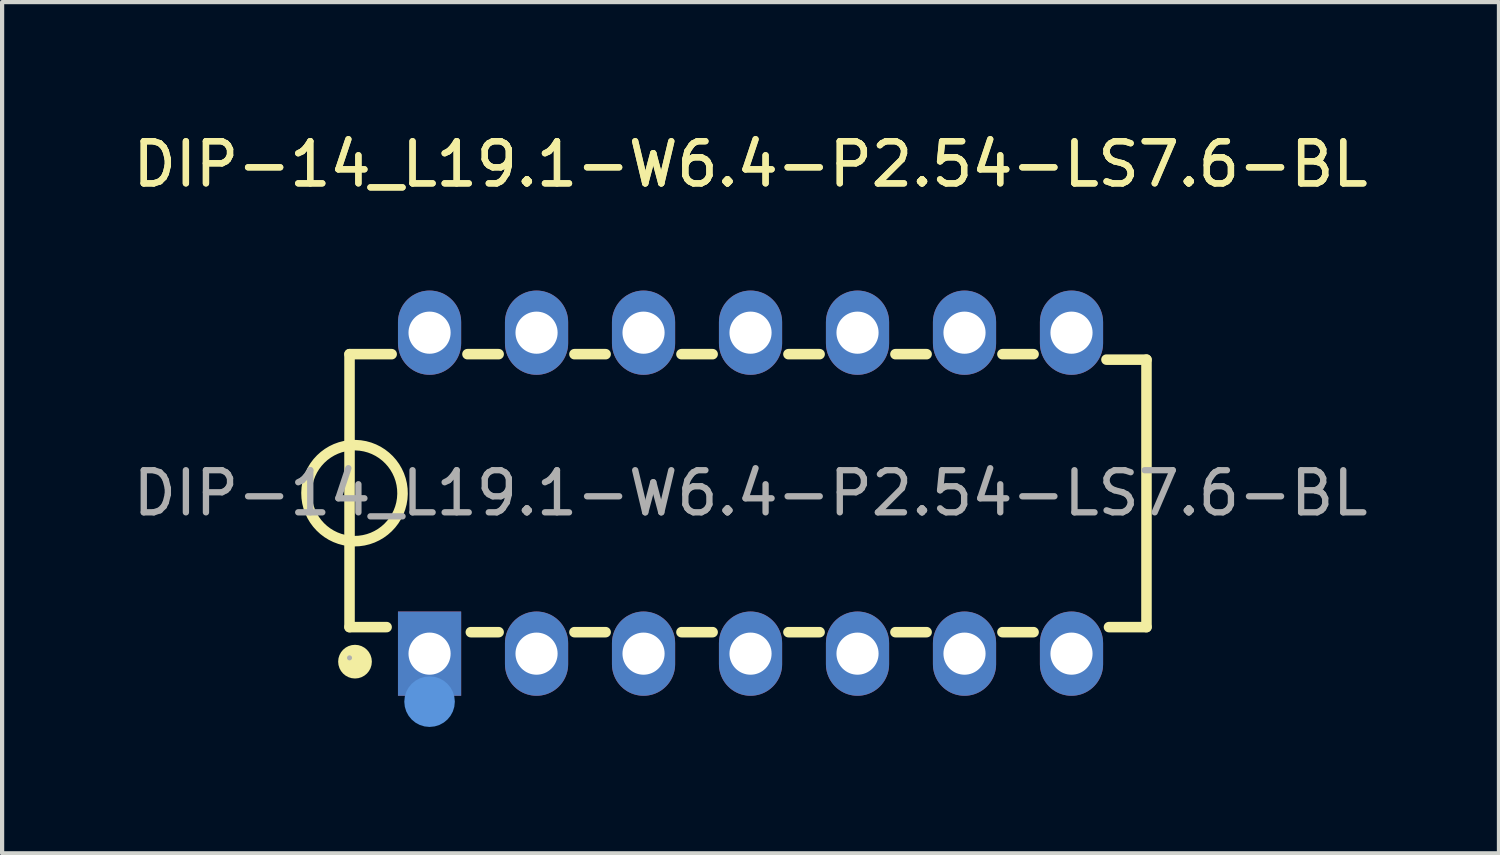
<source format=kicad_pcb>
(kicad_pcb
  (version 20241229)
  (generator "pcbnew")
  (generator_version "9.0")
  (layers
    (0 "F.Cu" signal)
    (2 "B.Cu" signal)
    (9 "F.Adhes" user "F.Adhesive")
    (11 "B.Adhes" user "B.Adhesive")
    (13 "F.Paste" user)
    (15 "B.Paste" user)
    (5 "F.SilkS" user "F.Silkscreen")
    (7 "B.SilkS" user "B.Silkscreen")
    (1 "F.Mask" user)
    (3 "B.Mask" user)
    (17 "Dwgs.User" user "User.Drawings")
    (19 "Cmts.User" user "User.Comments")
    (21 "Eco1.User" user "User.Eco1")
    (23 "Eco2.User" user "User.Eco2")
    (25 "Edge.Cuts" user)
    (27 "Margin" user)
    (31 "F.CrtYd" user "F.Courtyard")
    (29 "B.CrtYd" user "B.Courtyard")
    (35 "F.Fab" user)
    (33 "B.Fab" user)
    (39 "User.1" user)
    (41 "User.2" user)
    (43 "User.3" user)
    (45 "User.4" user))
  (footprint "DIP-14_L19.1-W6.4-P2.54-LS7.6-BL"
    (layer "F.Cu")
    (at 14.768 8.658)
    (property "Reference" "DIP-14_L19.1-W6.4-P2.54-LS7.6-BL" (at 0 -7.81 0) (layer "F.SilkS") (effects (font (size 1 1) (thickness 0.15))))
    (attr smd)
    (fp_line (start -9.52 -3.3) (end -9.52 3.18) (stroke (width 0.25) (type solid)) (layer "F.SilkS"))
    (fp_line (start -9.52 3.18) (end -8.64 3.18) (stroke (width 0.25) (type solid)) (layer "F.SilkS"))
    (fp_line (start -8.52 -3.3) (end -9.52 -3.3) (stroke (width 0.25) (type solid)) (layer "F.SilkS"))
    (fp_line (start -6.72 -3.3) (end -5.98 -3.3) (stroke (width 0.25) (type solid)) (layer "F.SilkS"))
    (fp_line (start -5.98 3.3) (end -6.64 3.3) (stroke (width 0.25) (type solid)) (layer "F.SilkS"))
    (fp_line (start -4.18 -3.3) (end -3.44 -3.3) (stroke (width 0.25) (type solid)) (layer "F.SilkS"))
    (fp_line (start -3.44 3.3) (end -4.18 3.3) (stroke (width 0.25) (type solid)) (layer "F.SilkS"))
    (fp_line (start -1.64 -3.3) (end -0.9 -3.3) (stroke (width 0.25) (type solid)) (layer "F.SilkS"))
    (fp_line (start -0.9 3.3) (end -1.64 3.3) (stroke (width 0.25) (type solid)) (layer "F.SilkS"))
    (fp_line (start 0.9 -3.3) (end 1.64 -3.3) (stroke (width 0.25) (type solid)) (layer "F.SilkS"))
    (fp_line (start 1.64 3.3) (end 0.9 3.3) (stroke (width 0.25) (type solid)) (layer "F.SilkS"))
    (fp_line (start 3.44 -3.3) (end 4.18 -3.3) (stroke (width 0.25) (type solid)) (layer "F.SilkS"))
    (fp_line (start 4.18 3.3) (end 3.44 3.3) (stroke (width 0.25) (type solid)) (layer "F.SilkS"))
    (fp_line (start 5.98 -3.3) (end 6.72 -3.3) (stroke (width 0.25) (type solid)) (layer "F.SilkS"))
    (fp_line (start 6.72 3.3) (end 5.98 3.3) (stroke (width 0.25) (type solid)) (layer "F.SilkS"))
    (fp_line (start 8.45 -3.17) (end 9.4 -3.17) (stroke (width 0.25) (type solid)) (layer "F.SilkS"))
    (fp_line (start 9.4 -3.17) (end 9.4 3.18) (stroke (width 0.25) (type solid)) (layer "F.SilkS"))
    (fp_line (start 9.4 3.18) (end 8.51 3.18) (stroke (width 0.25) (type solid)) (layer "F.SilkS"))
    (fp_arc (start -9.380104 -1.139826) (mid -9.40999 1.139956) (end -9.4 -1.14) (stroke (width 0.25) (type solid)) (layer "F.SilkS"))
    (fp_circle (center -9.39 4) (end -9.19 4) (stroke (width 0.4) (type solid)) (fill no) (layer "F.SilkS"))
    (fp_circle (center -7.62 4.95) (end -7.32 4.95) (stroke (width 0.6) (type solid)) (fill no) (layer "Cmts.User"))
    (fp_circle (center -9.52 3.91) (end -9.49 3.91) (stroke (width 0.06) (type solid)) (fill no) (layer "F.Fab"))
    (fp_text user "${REFERENCE}" (at 0 -7.81 0) (layer "F.SilkS") (effects (font (size 1 1) (thickness 0.15))))
    (fp_text user "${REFERENCE}" (at 0 0 0) (layer "F.Fab") (effects (font (size 1 1) (thickness 0.15))))
    (pad "1" thru_hole rect (at -7.62 3.81 90) (size 2 1.5) (drill 1) (layers "*.Cu" "*.Mask"))
    (pad "2" thru_hole oval (at -5.08 3.81 90) (size 2 1.5) (drill 1) (layers "*.Cu" "*.Mask"))
    (pad "3" thru_hole oval (at -2.54 3.81 90) (size 2 1.5) (drill 1) (layers "*.Cu" "*.Mask"))
    (pad "4" thru_hole oval (at 0 3.81 90) (size 2 1.5) (drill 1) (layers "*.Cu" "*.Mask"))
    (pad "5" thru_hole oval (at 2.54 3.81 90) (size 2 1.5) (drill 1) (layers "*.Cu" "*.Mask"))
    (pad "6" thru_hole oval (at 5.08 3.81 90) (size 2 1.5) (drill 1) (layers "*.Cu" "*.Mask"))
    (pad "7" thru_hole oval (at 7.62 3.81 90) (size 2 1.5) (drill 1) (layers "*.Cu" "*.Mask"))
    (pad "8" thru_hole oval (at 7.62 -3.81 90) (size 2 1.5) (drill 1) (layers "*.Cu" "*.Mask"))
    (pad "9" thru_hole oval (at 5.08 -3.81 90) (size 2 1.5) (drill 1) (layers "*.Cu" "*.Mask"))
    (pad "10" thru_hole oval (at 2.54 -3.81 90) (size 2 1.5) (drill 1) (layers "*.Cu" "*.Mask"))
    (pad "11" thru_hole oval (at 0 -3.81 90) (size 2 1.5) (drill 1) (layers "*.Cu" "*.Mask"))
    (pad "12" thru_hole oval (at -2.54 -3.81 90) (size 2 1.5) (drill 1) (layers "*.Cu" "*.Mask"))
    (pad "13" thru_hole oval (at -5.08 -3.81 90) (size 2 1.5) (drill 1) (layers "*.Cu" "*.Mask"))
    (pad "14" thru_hole oval (at -7.62 -3.81 90) (size 2 1.5) (drill 1) (layers "*.Cu" "*.Mask")))
  (gr_rect
    (start -3 -3)
    (end 32.536 17.208)
    (stroke (width 0.1) (type default))
    (fill no)
    (layer "Edge.Cuts")))
</source>
